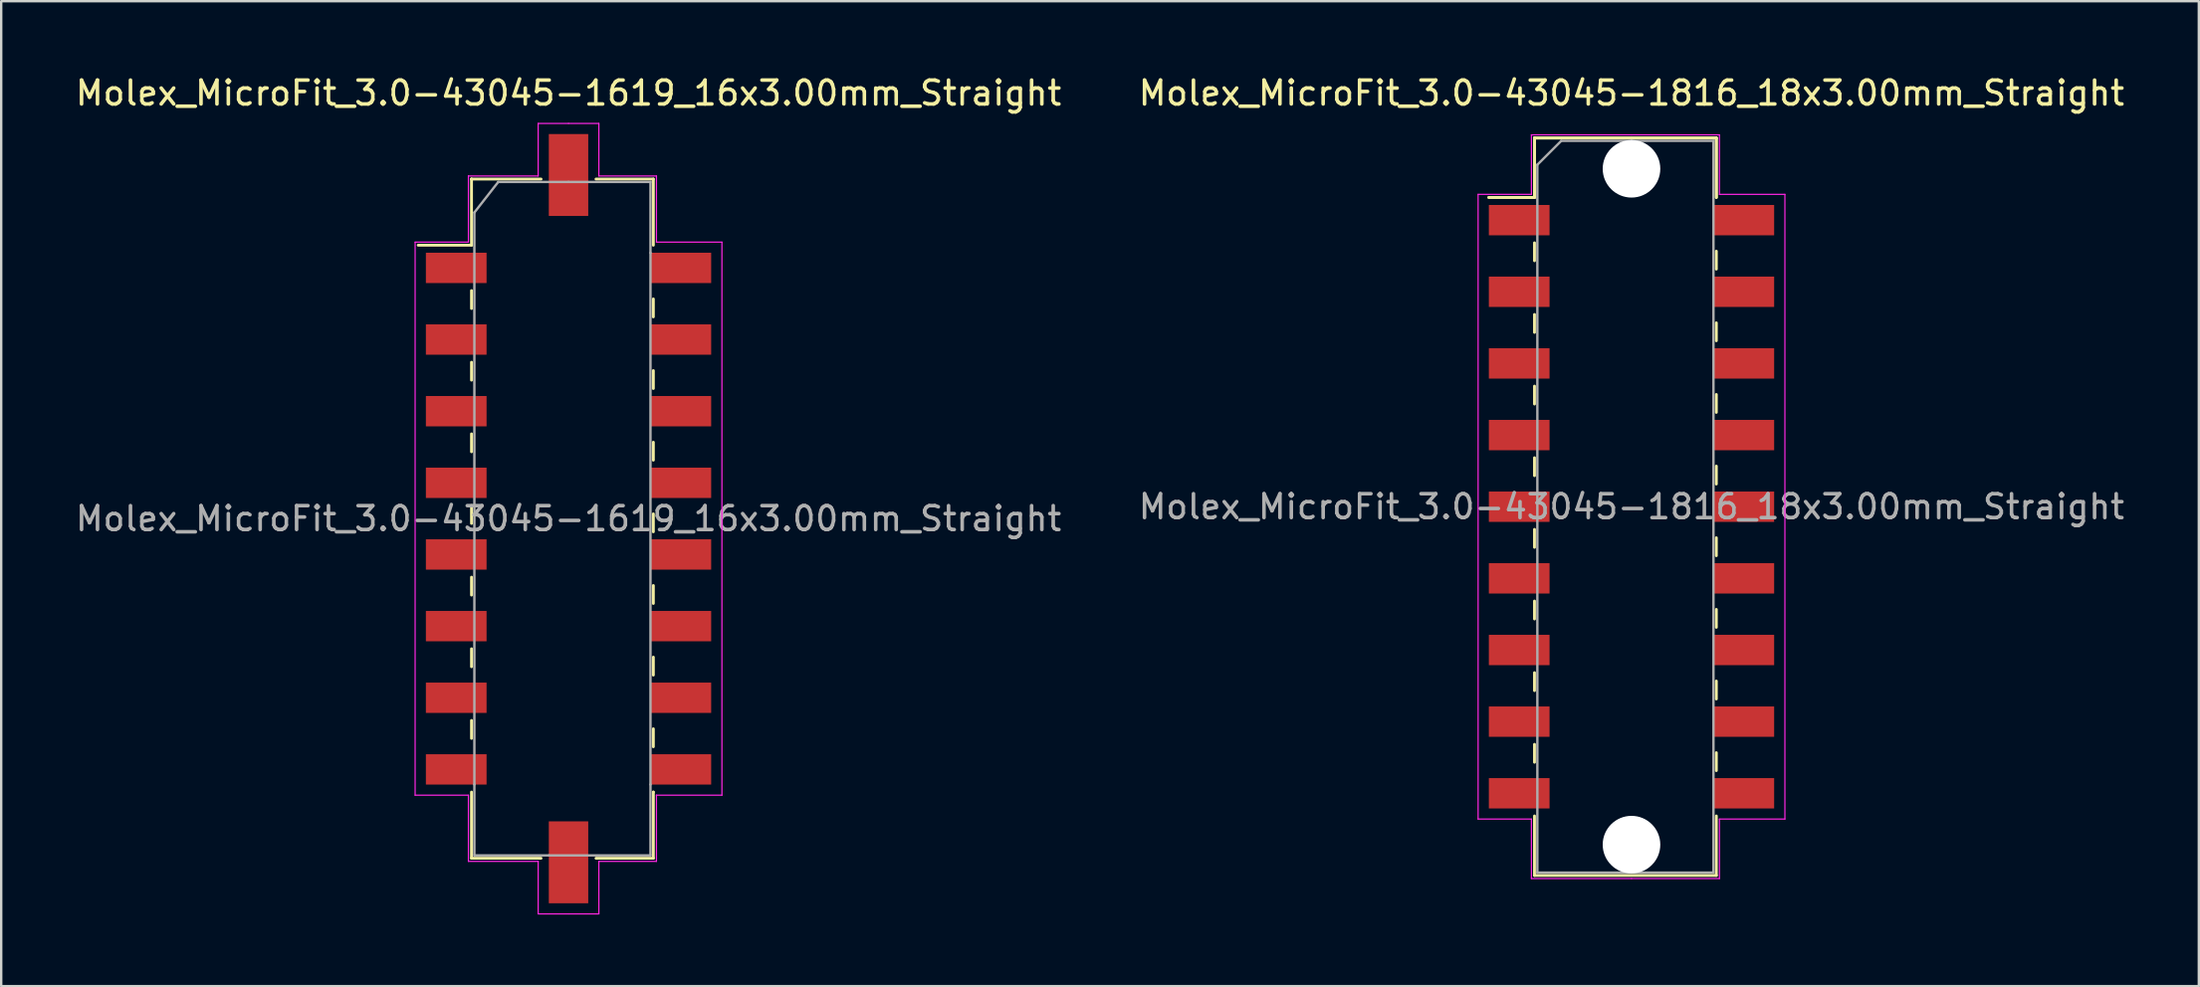
<source format=kicad_pcb>
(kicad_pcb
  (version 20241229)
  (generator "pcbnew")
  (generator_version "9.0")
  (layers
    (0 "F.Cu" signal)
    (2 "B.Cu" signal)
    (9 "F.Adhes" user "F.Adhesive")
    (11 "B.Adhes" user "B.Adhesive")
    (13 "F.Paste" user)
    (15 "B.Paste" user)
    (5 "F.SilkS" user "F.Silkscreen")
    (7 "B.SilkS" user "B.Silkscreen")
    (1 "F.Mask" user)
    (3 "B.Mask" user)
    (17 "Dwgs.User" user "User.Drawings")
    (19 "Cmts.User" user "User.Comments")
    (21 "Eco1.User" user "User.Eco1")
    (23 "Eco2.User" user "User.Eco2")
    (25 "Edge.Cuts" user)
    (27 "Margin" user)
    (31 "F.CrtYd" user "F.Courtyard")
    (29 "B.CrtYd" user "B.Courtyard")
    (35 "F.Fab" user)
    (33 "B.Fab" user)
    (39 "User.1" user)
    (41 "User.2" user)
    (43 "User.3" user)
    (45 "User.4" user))
  (footprint "Molex_MicroFit_3.0-43045-1816_18x3.00mm_Straight"
    (layer "F.Cu")
    (at 65.232 18.168)
    (property "Reference" "Molex_MicroFit_3.0-43045-1816_18x3.00mm_Straight" (at 0 -17.32 0) (layer "F.SilkS") (effects (font (size 1 1) (thickness 0.15))))
    (attr smd)
    (fp_line (start -5.97 -12.95) (end -4.06 -12.95) (stroke (width 0.12) (type solid)) (layer "F.SilkS"))
    (fp_line (start -5.97 -12.95) (end -4.06 -12.95) (stroke (width 0.12) (type solid)) (layer "F.SilkS"))
    (fp_line (start -4.06 -15.44) (end 3.55 -15.44) (stroke (width 0.12) (type solid)) (layer "F.SilkS"))
    (fp_line (start -4.06 -15.44) (end 3.55 -15.44) (stroke (width 0.12) (type solid)) (layer "F.SilkS"))
    (fp_line (start -4.06 -12.95) (end -4.06 -15.44) (stroke (width 0.12) (type solid)) (layer "F.SilkS"))
    (fp_line (start -4.06 -12.95) (end -4.06 -15.44) (stroke (width 0.12) (type solid)) (layer "F.SilkS"))
    (fp_line (start -4.06 -11.05) (end -4.06 -10.3) (stroke (width 0.12) (type solid)) (layer "F.SilkS"))
    (fp_line (start -4.06 -8.05) (end -4.06 -7.3) (stroke (width 0.12) (type solid)) (layer "F.SilkS"))
    (fp_line (start -4.06 -5.05) (end -4.06 -4.3) (stroke (width 0.12) (type solid)) (layer "F.SilkS"))
    (fp_line (start -4.06 -2.05) (end -4.06 -1.3) (stroke (width 0.12) (type solid)) (layer "F.SilkS"))
    (fp_line (start -4.06 0.95) (end -4.06 1.7) (stroke (width 0.12) (type solid)) (layer "F.SilkS"))
    (fp_line (start -4.06 3.95) (end -4.06 4.7) (stroke (width 0.12) (type solid)) (layer "F.SilkS"))
    (fp_line (start -4.06 6.95) (end -4.06 7.7) (stroke (width 0.12) (type solid)) (layer "F.SilkS"))
    (fp_line (start -4.06 9.95) (end -4.06 10.7) (stroke (width 0.12) (type solid)) (layer "F.SilkS"))
    (fp_line (start -4.06 15.44) (end -4.06 12.95) (stroke (width 0.12) (type solid)) (layer "F.SilkS"))
    (fp_line (start 3.55 -15.44) (end 3.55 -12.95) (stroke (width 0.12) (type solid)) (layer "F.SilkS"))
    (fp_line (start 3.55 -15.44) (end 3.55 -12.95) (stroke (width 0.12) (type solid)) (layer "F.SilkS"))
    (fp_line (start 3.55 -9.95) (end 3.55 -10.7) (stroke (width 0.12) (type solid)) (layer "F.SilkS"))
    (fp_line (start 3.55 -6.95) (end 3.55 -7.7) (stroke (width 0.12) (type solid)) (layer "F.SilkS"))
    (fp_line (start 3.55 -3.95) (end 3.55 -4.7) (stroke (width 0.12) (type solid)) (layer "F.SilkS"))
    (fp_line (start 3.55 -0.95) (end 3.55 -1.7) (stroke (width 0.12) (type solid)) (layer "F.SilkS"))
    (fp_line (start 3.55 2.05) (end 3.55 1.3) (stroke (width 0.12) (type solid)) (layer "F.SilkS"))
    (fp_line (start 3.55 5.05) (end 3.55 4.3) (stroke (width 0.12) (type solid)) (layer "F.SilkS"))
    (fp_line (start 3.55 8.05) (end 3.55 7.3) (stroke (width 0.12) (type solid)) (layer "F.SilkS"))
    (fp_line (start 3.55 11.05) (end 3.55 10.3) (stroke (width 0.12) (type solid)) (layer "F.SilkS"))
    (fp_line (start 3.55 12.95) (end 3.55 15.44) (stroke (width 0.12) (type solid)) (layer "F.SilkS"))
    (fp_line (start 3.55 15.44) (end -4.06 15.44) (stroke (width 0.12) (type solid)) (layer "F.SilkS"))
    (fp_line (start -6.42 -13.08) (end -4.19 -13.08) (stroke (width 0.05) (type solid)) (layer "F.CrtYd"))
    (fp_line (start -6.42 13.08) (end -6.42 -13.08) (stroke (width 0.05) (type solid)) (layer "F.CrtYd"))
    (fp_line (start -4.19 -15.57) (end 0 -15.57) (stroke (width 0.05) (type solid)) (layer "F.CrtYd"))
    (fp_line (start -4.19 -13.08) (end -4.19 -15.57) (stroke (width 0.05) (type solid)) (layer "F.CrtYd"))
    (fp_line (start -4.19 13.08) (end -6.42 13.08) (stroke (width 0.05) (type solid)) (layer "F.CrtYd"))
    (fp_line (start -4.19 15.57) (end -4.19 13.08) (stroke (width 0.05) (type solid)) (layer "F.CrtYd"))
    (fp_line (start 0 -15.57) (end 3.68 -15.57) (stroke (width 0.05) (type solid)) (layer "F.CrtYd"))
    (fp_line (start 0 15.57) (end -4.19 15.57) (stroke (width 0.05) (type solid)) (layer "F.CrtYd"))
    (fp_line (start 3.68 -15.57) (end 3.68 -13.08) (stroke (width 0.05) (type solid)) (layer "F.CrtYd"))
    (fp_line (start 3.68 -13.08) (end 6.42 -13.08) (stroke (width 0.05) (type solid)) (layer "F.CrtYd"))
    (fp_line (start 3.68 13.08) (end 3.68 15.57) (stroke (width 0.05) (type solid)) (layer "F.CrtYd"))
    (fp_line (start 3.68 15.57) (end 0 15.57) (stroke (width 0.05) (type solid)) (layer "F.CrtYd"))
    (fp_line (start 6.42 -13.08) (end 6.42 13.08) (stroke (width 0.05) (type solid)) (layer "F.CrtYd"))
    (fp_line (start 6.42 13.08) (end 3.68 13.08) (stroke (width 0.05) (type solid)) (layer "F.CrtYd"))
    (fp_line (start -3.94 -14.32) (end -2.94 -15.32) (stroke (width 0.1) (type solid)) (layer "F.Fab"))
    (fp_line (start -3.94 15.32) (end -3.94 -14.32) (stroke (width 0.1) (type solid)) (layer "F.Fab"))
    (fp_line (start -2.94 -15.32) (end 0 -15.32) (stroke (width 0.1) (type solid)) (layer "F.Fab"))
    (fp_line (start 0 -15.32) (end 3.43 -15.32) (stroke (width 0.1) (type solid)) (layer "F.Fab"))
    (fp_line (start 0 15.32) (end -3.94 15.32) (stroke (width 0.1) (type solid)) (layer "F.Fab"))
    (fp_line (start 3.43 -15.32) (end 3.43 15.32) (stroke (width 0.1) (type solid)) (layer "F.Fab"))
    (fp_line (start 3.43 15.32) (end 0 15.32) (stroke (width 0.1) (type solid)) (layer "F.Fab"))
    (fp_text user "${REFERENCE}" (at 0 0 0) (layer "F.Fab") (effects (font (size 1 1) (thickness 0.15))))
    (pad "" np_thru_hole circle (at 0 -14.15) (size 2.41 2.41) (drill 2.41) (layers "*.Cu"))
    (pad "" np_thru_hole circle (at 0 14.15) (size 2.41 2.41) (drill 2.41) (layers "*.Cu"))
    (pad "1" smd rect (at -4.7 -12) (size 2.54 1.27) (layers "F.Cu" "F.Mask" "F.Paste"))
    (pad "2" smd rect (at -4.7 -9) (size 2.54 1.27) (layers "F.Cu" "F.Mask" "F.Paste"))
    (pad "3" smd rect (at -4.7 -6) (size 2.54 1.27) (layers "F.Cu" "F.Mask" "F.Paste"))
    (pad "4" smd rect (at -4.7 -3) (size 2.54 1.27) (layers "F.Cu" "F.Mask" "F.Paste"))
    (pad "5" smd rect (at -4.7 0) (size 2.54 1.27) (layers "F.Cu" "F.Mask" "F.Paste"))
    (pad "6" smd rect (at -4.7 3) (size 2.54 1.27) (layers "F.Cu" "F.Mask" "F.Paste"))
    (pad "7" smd rect (at -4.7 6) (size 2.54 1.27) (layers "F.Cu" "F.Mask" "F.Paste"))
    (pad "8" smd rect (at -4.7 9) (size 2.54 1.27) (layers "F.Cu" "F.Mask" "F.Paste"))
    (pad "9" smd rect (at -4.7 12) (size 2.54 1.27) (layers "F.Cu" "F.Mask" "F.Paste"))
    (pad "10" smd rect (at 4.7 12) (size 2.54 1.27) (layers "F.Cu" "F.Mask" "F.Paste"))
    (pad "11" smd rect (at 4.7 9) (size 2.54 1.27) (layers "F.Cu" "F.Mask" "F.Paste"))
    (pad "12" smd rect (at 4.7 6) (size 2.54 1.27) (layers "F.Cu" "F.Mask" "F.Paste"))
    (pad "13" smd rect (at 4.7 3) (size 2.54 1.27) (layers "F.Cu" "F.Mask" "F.Paste"))
    (pad "14" smd rect (at 4.7 0) (size 2.54 1.27) (layers "F.Cu" "F.Mask" "F.Paste"))
    (pad "15" smd rect (at 4.7 -3) (size 2.54 1.27) (layers "F.Cu" "F.Mask" "F.Paste"))
    (pad "16" smd rect (at 4.7 -6) (size 2.54 1.27) (layers "F.Cu" "F.Mask" "F.Paste"))
    (pad "17" smd rect (at 4.7 -9) (size 2.54 1.27) (layers "F.Cu" "F.Mask" "F.Paste"))
    (pad "18" smd rect (at 4.7 -12) (size 2.54 1.27) (layers "F.Cu" "F.Mask" "F.Paste")))
  (footprint "Molex_MicroFit_3.0-43045-1619_16x3.00mm_Straight"
    (layer "F.Cu")
    (at 20.744 18.668)
    (property "Reference" "Molex_MicroFit_3.0-43045-1619_16x3.00mm_Straight" (at 0 -17.82 0) (layer "F.SilkS") (effects (font (size 1 1) (thickness 0.15))))
    (attr smd)
    (fp_line (start -6.29 -11.45) (end -4.06 -11.45) (stroke (width 0.12) (type solid)) (layer "F.SilkS"))
    (fp_line (start -4.06 -14.22) (end -4.06 -14.22) (stroke (width 0.12) (type solid)) (layer "F.SilkS"))
    (fp_line (start -4.06 -14.22) (end -1.15 -14.22) (stroke (width 0.12) (type solid)) (layer "F.SilkS"))
    (fp_line (start -4.06 -11.45) (end -4.06 -14.22) (stroke (width 0.12) (type solid)) (layer "F.SilkS"))
    (fp_line (start -4.06 -9.55) (end -4.06 -8.8) (stroke (width 0.12) (type solid)) (layer "F.SilkS"))
    (fp_line (start -4.06 -6.55) (end -4.06 -5.8) (stroke (width 0.12) (type solid)) (layer "F.SilkS"))
    (fp_line (start -4.06 -3.55) (end -4.06 -2.8) (stroke (width 0.12) (type solid)) (layer "F.SilkS"))
    (fp_line (start -4.06 -0.55) (end -4.06 0.2) (stroke (width 0.12) (type solid)) (layer "F.SilkS"))
    (fp_line (start -4.06 2.45) (end -4.06 3.2) (stroke (width 0.12) (type solid)) (layer "F.SilkS"))
    (fp_line (start -4.06 5.45) (end -4.06 6.2) (stroke (width 0.12) (type solid)) (layer "F.SilkS"))
    (fp_line (start -4.06 8.45) (end -4.06 9.2) (stroke (width 0.12) (type solid)) (layer "F.SilkS"))
    (fp_line (start -4.06 14.22) (end -4.06 11.45) (stroke (width 0.12) (type solid)) (layer "F.SilkS"))
    (fp_line (start -1.15 14.22) (end -4.06 14.22) (stroke (width 0.12) (type solid)) (layer "F.SilkS"))
    (fp_line (start 1.15 -14.22) (end 3.55 -14.22) (stroke (width 0.12) (type solid)) (layer "F.SilkS"))
    (fp_line (start 3.55 -14.22) (end 3.55 -11.45) (stroke (width 0.12) (type solid)) (layer "F.SilkS"))
    (fp_line (start 3.55 -8.45) (end 3.55 -9.2) (stroke (width 0.12) (type solid)) (layer "F.SilkS"))
    (fp_line (start 3.55 -5.45) (end 3.55 -6.2) (stroke (width 0.12) (type solid)) (layer "F.SilkS"))
    (fp_line (start 3.55 -2.45) (end 3.55 -3.2) (stroke (width 0.12) (type solid)) (layer "F.SilkS"))
    (fp_line (start 3.55 0.55) (end 3.55 -0.2) (stroke (width 0.12) (type solid)) (layer "F.SilkS"))
    (fp_line (start 3.55 3.55) (end 3.55 2.8) (stroke (width 0.12) (type solid)) (layer "F.SilkS"))
    (fp_line (start 3.55 6.55) (end 3.55 5.8) (stroke (width 0.12) (type solid)) (layer "F.SilkS"))
    (fp_line (start 3.55 9.55) (end 3.55 8.8) (stroke (width 0.12) (type solid)) (layer "F.SilkS"))
    (fp_line (start 3.55 11.45) (end 3.55 11.45) (stroke (width 0.12) (type solid)) (layer "F.SilkS"))
    (fp_line (start 3.55 11.45) (end 3.55 14.22) (stroke (width 0.12) (type solid)) (layer "F.SilkS"))
    (fp_line (start 3.55 14.22) (end 1.15 14.22) (stroke (width 0.12) (type solid)) (layer "F.SilkS"))
    (fp_line (start -6.42 -11.58) (end -4.19 -11.58) (stroke (width 0.05) (type solid)) (layer "F.CrtYd"))
    (fp_line (start -6.42 11.58) (end -6.42 -11.58) (stroke (width 0.05) (type solid)) (layer "F.CrtYd"))
    (fp_line (start -4.19 -14.35) (end -4.19 -14.35) (stroke (width 0.05) (type solid)) (layer "F.CrtYd"))
    (fp_line (start -4.19 -14.35) (end -1.27 -14.35) (stroke (width 0.05) (type solid)) (layer "F.CrtYd"))
    (fp_line (start -4.19 -11.58) (end -4.19 -14.35) (stroke (width 0.05) (type solid)) (layer "F.CrtYd"))
    (fp_line (start -4.19 11.58) (end -6.42 11.58) (stroke (width 0.05) (type solid)) (layer "F.CrtYd"))
    (fp_line (start -4.19 14.35) (end -4.19 11.58) (stroke (width 0.05) (type solid)) (layer "F.CrtYd"))
    (fp_line (start -1.27 -16.55) (end 0 -16.55) (stroke (width 0.05) (type solid)) (layer "F.CrtYd"))
    (fp_line (start -1.27 -14.35) (end -1.27 -16.55) (stroke (width 0.05) (type solid)) (layer "F.CrtYd"))
    (fp_line (start -1.27 14.35) (end -4.19 14.35) (stroke (width 0.05) (type solid)) (layer "F.CrtYd"))
    (fp_line (start -1.27 16.55) (end -1.27 14.35) (stroke (width 0.05) (type solid)) (layer "F.CrtYd"))
    (fp_line (start 0 -16.55) (end 1.27 -16.55) (stroke (width 0.05) (type solid)) (layer "F.CrtYd"))
    (fp_line (start 0 16.55) (end -1.27 16.55) (stroke (width 0.05) (type solid)) (layer "F.CrtYd"))
    (fp_line (start 1.27 -16.55) (end 1.27 -14.35) (stroke (width 0.05) (type solid)) (layer "F.CrtYd"))
    (fp_line (start 1.27 -14.35) (end 3.68 -14.35) (stroke (width 0.05) (type solid)) (layer "F.CrtYd"))
    (fp_line (start 1.27 14.35) (end 1.27 16.55) (stroke (width 0.05) (type solid)) (layer "F.CrtYd"))
    (fp_line (start 1.27 16.55) (end 0 16.55) (stroke (width 0.05) (type solid)) (layer "F.CrtYd"))
    (fp_line (start 3.68 -14.35) (end 3.68 -11.58) (stroke (width 0.05) (type solid)) (layer "F.CrtYd"))
    (fp_line (start 3.68 -11.58) (end 6.42 -11.58) (stroke (width 0.05) (type solid)) (layer "F.CrtYd"))
    (fp_line (start 3.68 11.58) (end 3.68 11.58) (stroke (width 0.05) (type solid)) (layer "F.CrtYd"))
    (fp_line (start 3.68 11.58) (end 3.68 14.35) (stroke (width 0.05) (type solid)) (layer "F.CrtYd"))
    (fp_line (start 3.68 14.35) (end 1.27 14.35) (stroke (width 0.05) (type solid)) (layer "F.CrtYd"))
    (fp_line (start 6.42 -11.58) (end 6.42 11.58) (stroke (width 0.05) (type solid)) (layer "F.CrtYd"))
    (fp_line (start 6.42 11.58) (end 3.68 11.58) (stroke (width 0.05) (type solid)) (layer "F.CrtYd"))
    (fp_line (start -3.94 -12.82) (end -2.94 -14.1) (stroke (width 0.1) (type solid)) (layer "F.Fab"))
    (fp_line (start -3.94 11.13) (end -3.94 -12.82) (stroke (width 0.1) (type solid)) (layer "F.Fab"))
    (fp_line (start -3.94 14.1) (end -3.94 11.13) (stroke (width 0.1) (type solid)) (layer "F.Fab"))
    (fp_line (start -2.94 -14.1) (end 0 -14.1) (stroke (width 0.1) (type solid)) (layer "F.Fab"))
    (fp_line (start -0.82 14.1) (end -3.94 14.1) (stroke (width 0.1) (type solid)) (layer "F.Fab"))
    (fp_line (start 0 -14.1) (end 3.43 -14.1) (stroke (width 0.1) (type solid)) (layer "F.Fab"))
    (fp_line (start 3.43 -14.1) (end 3.43 -11.13) (stroke (width 0.1) (type solid)) (layer "F.Fab"))
    (fp_line (start 3.43 -11.13) (end 3.43 11.13) (stroke (width 0.1) (type solid)) (layer "F.Fab"))
    (fp_line (start 3.43 11.13) (end 3.43 14.1) (stroke (width 0.1) (type solid)) (layer "F.Fab"))
    (fp_line (start 3.43 14.1) (end -0.82 14.1) (stroke (width 0.1) (type solid)) (layer "F.Fab"))
    (fp_text user "${REFERENCE}" (at 0 0 0) (layer "F.Fab") (effects (font (size 1 1) (thickness 0.15))))
    (pad "" smd rect (at 0 -14.39) (size 1.65 3.43) (layers "F.Cu" "F.Mask" "F.Paste"))
    (pad "" smd rect (at 0 14.39) (size 1.65 3.43) (layers "F.Cu" "F.Mask" "F.Paste"))
    (pad "1" smd rect (at -4.7 -10.5) (size 2.54 1.27) (layers "F.Cu" "F.Mask" "F.Paste"))
    (pad "2" smd rect (at -4.7 -7.5) (size 2.54 1.27) (layers "F.Cu" "F.Mask" "F.Paste"))
    (pad "3" smd rect (at -4.7 -4.5) (size 2.54 1.27) (layers "F.Cu" "F.Mask" "F.Paste"))
    (pad "4" smd rect (at -4.7 -1.5) (size 2.54 1.27) (layers "F.Cu" "F.Mask" "F.Paste"))
    (pad "5" smd rect (at -4.7 1.5) (size 2.54 1.27) (layers "F.Cu" "F.Mask" "F.Paste"))
    (pad "6" smd rect (at -4.7 4.5) (size 2.54 1.27) (layers "F.Cu" "F.Mask" "F.Paste"))
    (pad "7" smd rect (at -4.7 7.5) (size 2.54 1.27) (layers "F.Cu" "F.Mask" "F.Paste"))
    (pad "8" smd rect (at -4.7 10.5) (size 2.54 1.27) (layers "F.Cu" "F.Mask" "F.Paste"))
    (pad "9" smd rect (at 4.7 10.5) (size 2.54 1.27) (layers "F.Cu" "F.Mask" "F.Paste"))
    (pad "10" smd rect (at 4.7 7.5) (size 2.54 1.27) (layers "F.Cu" "F.Mask" "F.Paste"))
    (pad "11" smd rect (at 4.7 4.5) (size 2.54 1.27) (layers "F.Cu" "F.Mask" "F.Paste"))
    (pad "12" smd rect (at 4.7 1.5) (size 2.54 1.27) (layers "F.Cu" "F.Mask" "F.Paste"))
    (pad "13" smd rect (at 4.7 -1.5) (size 2.54 1.27) (layers "F.Cu" "F.Mask" "F.Paste"))
    (pad "14" smd rect (at 4.7 -4.5) (size 2.54 1.27) (layers "F.Cu" "F.Mask" "F.Paste"))
    (pad "15" smd rect (at 4.7 -7.5) (size 2.54 1.27) (layers "F.Cu" "F.Mask" "F.Paste"))
    (pad "16" smd rect (at 4.7 -10.5) (size 2.54 1.27) (layers "F.Cu" "F.Mask" "F.Paste")))
  (gr_rect
    (start -3 -3)
    (end 88.976 38.243)
    (stroke (width 0.1) (type default))
    (fill no)
    (layer "Edge.Cuts")))
</source>
